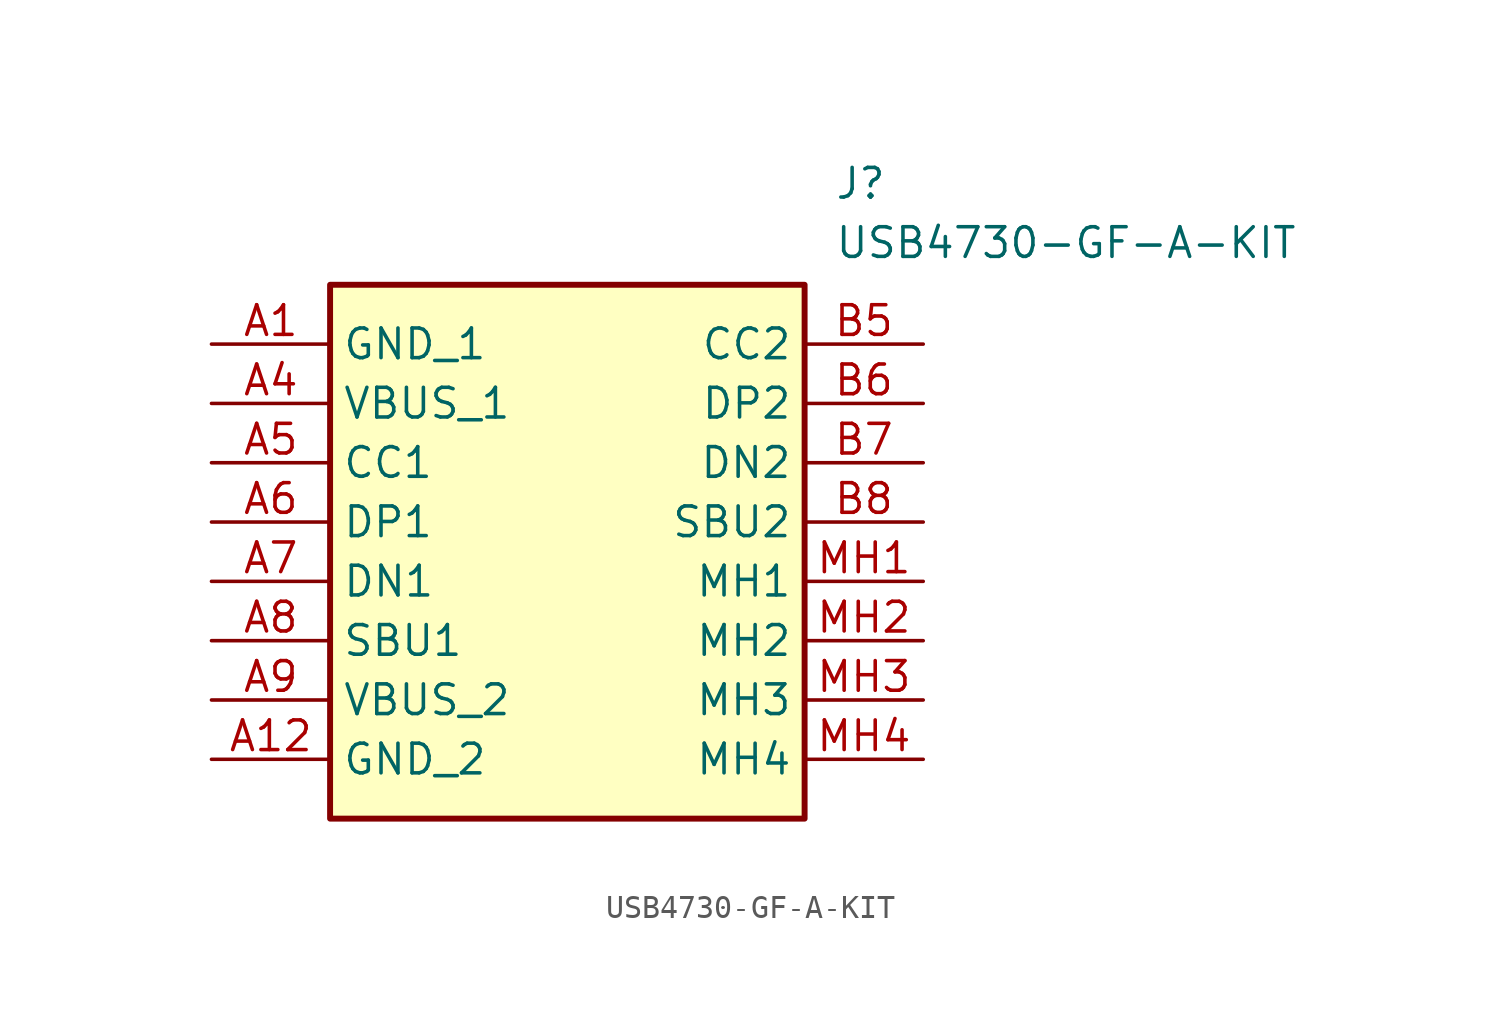
<source format=kicad_sym>
(kicad_symbol_lib
  (version 20211014)
  (generator SamacSys_ECAD_Model)
  (symbol "USB4730-GF-A-KIT"
    (property "Reference" "J"
      (at 26.67 7.62 0)
      (effects (font (size 1.27 1.27)) (justify left top)))
    (property "Value" "USB4730-GF-A-KIT"
      (at 26.67 5.08 0)
      (effects (font (size 1.27 1.27)) (justify left top)))
    (rectangle
      (start 5.08 2.54)
      (end 25.4 -20.32)
      (stroke (width 0.254) (type default))
      (fill (type background)))
    (pin passive line
      (at 0 0 0)
      (length 5.08)
      (name "GND_1" (effects (font (size 1.27 1.27))))
      (number "A1" (effects (font (size 1.27 1.27)))))
    (pin passive line
      (at 0 -2.54 0)
      (length 5.08)
      (name "VBUS_1" (effects (font (size 1.27 1.27))))
      (number "A4" (effects (font (size 1.27 1.27)))))
    (pin passive line
      (at 0 -5.08 0)
      (length 5.08)
      (name "CC1" (effects (font (size 1.27 1.27))))
      (number "A5" (effects (font (size 1.27 1.27)))))
    (pin passive line
      (at 0 -7.62 0)
      (length 5.08)
      (name "DP1" (effects (font (size 1.27 1.27))))
      (number "A6" (effects (font (size 1.27 1.27)))))
    (pin passive line
      (at 0 -10.16 0)
      (length 5.08)
      (name "DN1" (effects (font (size 1.27 1.27))))
      (number "A7" (effects (font (size 1.27 1.27)))))
    (pin passive line
      (at 0 -12.7 0)
      (length 5.08)
      (name "SBU1" (effects (font (size 1.27 1.27))))
      (number "A8" (effects (font (size 1.27 1.27)))))
    (pin passive line
      (at 0 -15.24 0)
      (length 5.08)
      (name "VBUS_2" (effects (font (size 1.27 1.27))))
      (number "A9" (effects (font (size 1.27 1.27)))))
    (pin passive line
      (at 0 -17.78 0)
      (length 5.08)
      (name "GND_2" (effects (font (size 1.27 1.27))))
      (number "A12" (effects (font (size 1.27 1.27)))))
    (pin passive line
      (at 30.48 0 180)
      (length 5.08)
      (name "CC2" (effects (font (size 1.27 1.27))))
      (number "B5" (effects (font (size 1.27 1.27)))))
    (pin passive line
      (at 30.48 -2.54 180)
      (length 5.08)
      (name "DP2" (effects (font (size 1.27 1.27))))
      (number "B6" (effects (font (size 1.27 1.27)))))
    (pin passive line
      (at 30.48 -5.08 180)
      (length 5.08)
      (name "DN2" (effects (font (size 1.27 1.27))))
      (number "B7" (effects (font (size 1.27 1.27)))))
    (pin passive line
      (at 30.48 -7.62 180)
      (length 5.08)
      (name "SBU2" (effects (font (size 1.27 1.27))))
      (number "B8" (effects (font (size 1.27 1.27)))))
    (pin passive line
      (at 30.48 -10.16 180)
      (length 5.08)
      (name "MH1" (effects (font (size 1.27 1.27))))
      (number "MH1" (effects (font (size 1.27 1.27)))))
    (pin passive line
      (at 30.48 -12.7 180)
      (length 5.08)
      (name "MH2" (effects (font (size 1.27 1.27))))
      (number "MH2" (effects (font (size 1.27 1.27)))))
    (pin passive line
      (at 30.48 -15.24 180)
      (length 5.08)
      (name "MH3" (effects (font (size 1.27 1.27))))
      (number "MH3" (effects (font (size 1.27 1.27)))))
    (pin passive line
      (at 30.48 -17.78 180)
      (length 5.08)
      (name "MH4" (effects (font (size 1.27 1.27))))
      (number "MH4" (effects (font (size 1.27 1.27)))))))
</source>
